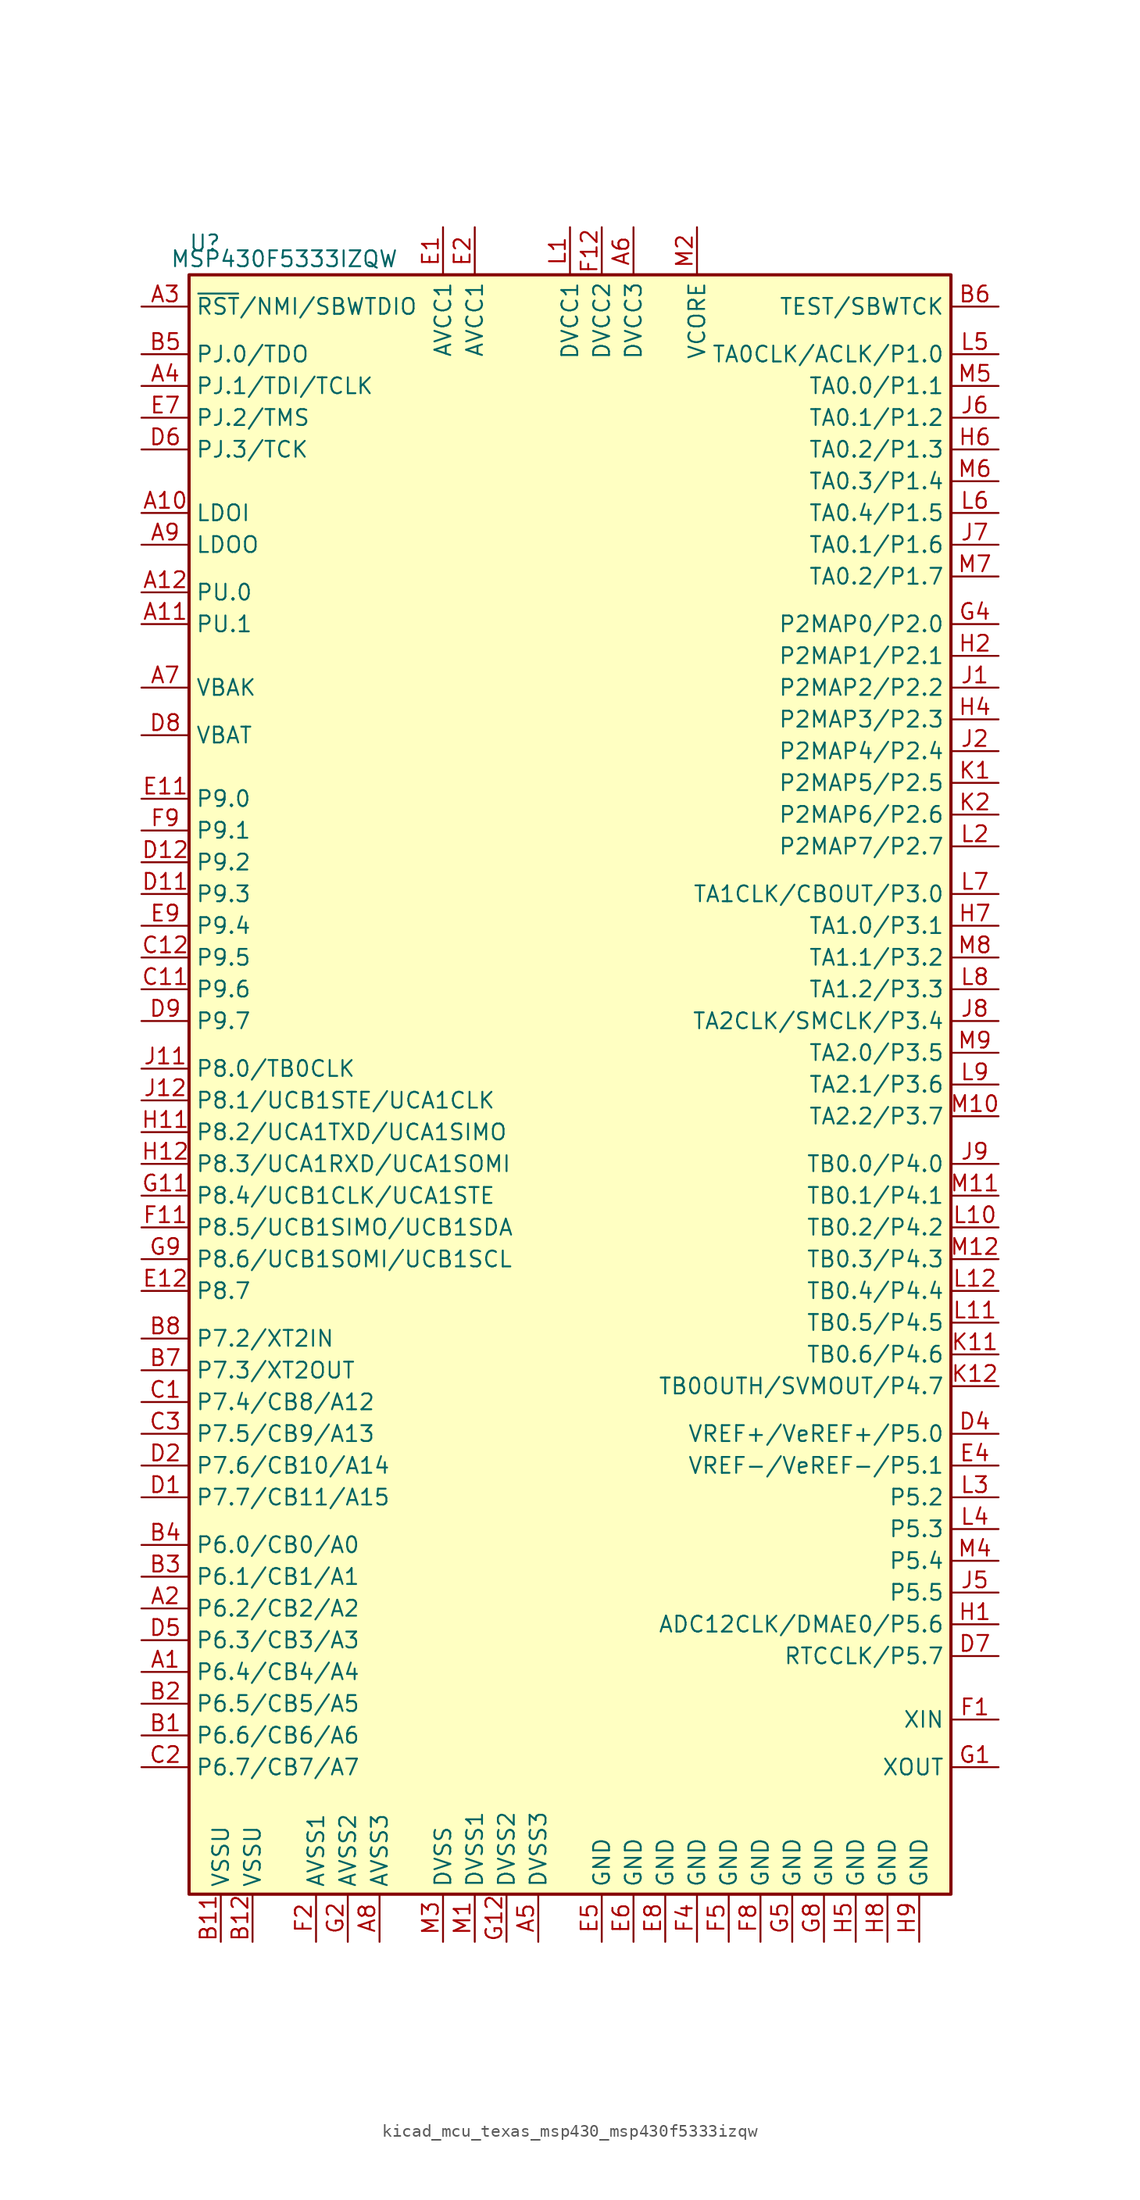
<source format=kicad_sym>
(kicad_symbol_lib
  (version 20220914)
  (generator kicad_symbol_editor)
  (symbol "kicad_mcu_texas_msp430_msp430f5333izqw"
    (property "Reference" "U"
      (at -29.21 67.31 0)
      (effects (font (size 1.27 1.27))))
    (property "Value" "MSP430F5333IZQW"
      (at -22.86 66.04 0)
      (effects (font (size 1.27 1.27))))
    (symbol "kicad_mcu_texas_msp430_msp430f5333izqw_0_1"
      (rectangle (start -30.48 64.77) (end 30.48 -64.77) (stroke (width 0.254) (type default)) (fill (type background))))
    (symbol "kicad_mcu_texas_msp430_msp430f5333izqw_1_1"
      (pin bidirectional line (at -34.29 -46.99 0) (length 3.81) (name "P6.4/CB4/A4" (effects (font (size 1.27 1.27)))) (number "A1" (effects (font (size 1.27 1.27)))))
      (pin bidirectional line (at -34.29 45.72 0) (length 3.81) (name "LDOI" (effects (font (size 1.27 1.27)))) (number "A10" (effects (font (size 1.27 1.27)))))
      (pin bidirectional line (at -34.29 36.83 0) (length 3.81) (name "PU.1" (effects (font (size 1.27 1.27)))) (number "A11" (effects (font (size 1.27 1.27)))))
      (pin bidirectional line (at -34.29 39.37 0) (length 3.81) (name "PU.0" (effects (font (size 1.27 1.27)))) (number "A12" (effects (font (size 1.27 1.27)))))
      (pin bidirectional line (at -34.29 -41.91 0) (length 3.81) (name "P6.2/CB2/A2" (effects (font (size 1.27 1.27)))) (number "A2" (effects (font (size 1.27 1.27)))))
      (pin input line (at -34.29 62.23 0) (length 3.81) (name "~{RST}/NMI/SBWTDIO" (effects (font (size 1.27 1.27)))) (number "A3" (effects (font (size 1.27 1.27)))))
      (pin bidirectional line (at -34.29 55.88 0) (length 3.81) (name "PJ.1/TDI/TCLK" (effects (font (size 1.27 1.27)))) (number "A4" (effects (font (size 1.27 1.27)))))
      (pin power_in line (at -2.54 -68.58 90) (length 3.81) (name "DVSS3" (effects (font (size 1.27 1.27)))) (number "A5" (effects (font (size 1.27 1.27)))))
      (pin power_in line (at 5.08 68.58 270) (length 3.81) (name "DVCC3" (effects (font (size 1.27 1.27)))) (number "A6" (effects (font (size 1.27 1.27)))))
      (pin bidirectional line (at -34.29 31.75 0) (length 3.81) (name "VBAK" (effects (font (size 1.27 1.27)))) (number "A7" (effects (font (size 1.27 1.27)))))
      (pin power_in line (at -15.24 -68.58 90) (length 3.81) (name "AVSS3" (effects (font (size 1.27 1.27)))) (number "A8" (effects (font (size 1.27 1.27)))))
      (pin bidirectional line (at -34.29 43.18 0) (length 3.81) (name "LDOO" (effects (font (size 1.27 1.27)))) (number "A9" (effects (font (size 1.27 1.27)))))
      (pin bidirectional line (at -34.29 -52.07 0) (length 3.81) (name "P6.6/CB6/A6" (effects (font (size 1.27 1.27)))) (number "B1" (effects (font (size 1.27 1.27)))))
      (pin power_in line (at -27.94 -68.58 90) (length 3.81) (name "VSSU" (effects (font (size 1.27 1.27)))) (number "B11" (effects (font (size 1.27 1.27)))))
      (pin power_in line (at -25.4 -68.58 90) (length 3.81) (name "VSSU" (effects (font (size 1.27 1.27)))) (number "B12" (effects (font (size 1.27 1.27)))))
      (pin bidirectional line (at -34.29 -49.53 0) (length 3.81) (name "P6.5/CB5/A5" (effects (font (size 1.27 1.27)))) (number "B2" (effects (font (size 1.27 1.27)))))
      (pin bidirectional line (at -34.29 -39.37 0) (length 3.81) (name "P6.1/CB1/A1" (effects (font (size 1.27 1.27)))) (number "B3" (effects (font (size 1.27 1.27)))))
      (pin bidirectional line (at -34.29 -36.83 0) (length 3.81) (name "P6.0/CB0/A0" (effects (font (size 1.27 1.27)))) (number "B4" (effects (font (size 1.27 1.27)))))
      (pin bidirectional line (at -34.29 58.42 0) (length 3.81) (name "PJ.0/TDO" (effects (font (size 1.27 1.27)))) (number "B5" (effects (font (size 1.27 1.27)))))
      (pin input line (at 34.29 62.23 180) (length 3.81) (name "TEST/SBWTCK" (effects (font (size 1.27 1.27)))) (number "B6" (effects (font (size 1.27 1.27)))))
      (pin bidirectional line (at -34.29 -22.86 0) (length 3.81) (name "P7.3/XT2OUT" (effects (font (size 1.27 1.27)))) (number "B7" (effects (font (size 1.27 1.27)))))
      (pin bidirectional line (at -34.29 -20.32 0) (length 3.81) (name "P7.2/XT2IN" (effects (font (size 1.27 1.27)))) (number "B8" (effects (font (size 1.27 1.27)))))
      (pin bidirectional line (at -34.29 -25.4 0) (length 3.81) (name "P7.4/CB8/A12" (effects (font (size 1.27 1.27)))) (number "C1" (effects (font (size 1.27 1.27)))))
      (pin bidirectional line (at -34.29 7.62 0) (length 3.81) (name "P9.6" (effects (font (size 1.27 1.27)))) (number "C11" (effects (font (size 1.27 1.27)))))
      (pin bidirectional line (at -34.29 10.16 0) (length 3.81) (name "P9.5" (effects (font (size 1.27 1.27)))) (number "C12" (effects (font (size 1.27 1.27)))))
      (pin bidirectional line (at -34.29 -54.61 0) (length 3.81) (name "P6.7/CB7/A7" (effects (font (size 1.27 1.27)))) (number "C2" (effects (font (size 1.27 1.27)))))
      (pin bidirectional line (at -34.29 -27.94 0) (length 3.81) (name "P7.5/CB9/A13" (effects (font (size 1.27 1.27)))) (number "C3" (effects (font (size 1.27 1.27)))))
      (pin bidirectional line (at -34.29 -33.02 0) (length 3.81) (name "P7.7/CB11/A15" (effects (font (size 1.27 1.27)))) (number "D1" (effects (font (size 1.27 1.27)))))
      (pin bidirectional line (at -34.29 15.24 0) (length 3.81) (name "P9.3" (effects (font (size 1.27 1.27)))) (number "D11" (effects (font (size 1.27 1.27)))))
      (pin bidirectional line (at -34.29 17.78 0) (length 3.81) (name "P9.2" (effects (font (size 1.27 1.27)))) (number "D12" (effects (font (size 1.27 1.27)))))
      (pin bidirectional line (at -34.29 -30.48 0) (length 3.81) (name "P7.6/CB10/A14" (effects (font (size 1.27 1.27)))) (number "D2" (effects (font (size 1.27 1.27)))))
      (pin bidirectional line (at 34.29 -27.94 180) (length 3.81) (name "VREF+/VeREF+/P5.0" (effects (font (size 1.27 1.27)))) (number "D4" (effects (font (size 1.27 1.27)))))
      (pin bidirectional line (at -34.29 -44.45 0) (length 3.81) (name "P6.3/CB3/A3" (effects (font (size 1.27 1.27)))) (number "D5" (effects (font (size 1.27 1.27)))))
      (pin bidirectional line (at -34.29 50.8 0) (length 3.81) (name "PJ.3/TCK" (effects (font (size 1.27 1.27)))) (number "D6" (effects (font (size 1.27 1.27)))))
      (pin bidirectional line (at 34.29 -45.72 180) (length 3.81) (name "RTCCLK/P5.7" (effects (font (size 1.27 1.27)))) (number "D7" (effects (font (size 1.27 1.27)))))
      (pin bidirectional line (at -34.29 27.94 0) (length 3.81) (name "VBAT" (effects (font (size 1.27 1.27)))) (number "D8" (effects (font (size 1.27 1.27)))))
      (pin bidirectional line (at -34.29 5.08 0) (length 3.81) (name "P9.7" (effects (font (size 1.27 1.27)))) (number "D9" (effects (font (size 1.27 1.27)))))
      (pin power_in line (at -10.16 68.58 270) (length 3.81) (name "AVCC1" (effects (font (size 1.27 1.27)))) (number "E1" (effects (font (size 1.27 1.27)))))
      (pin bidirectional line (at -34.29 22.86 0) (length 3.81) (name "P9.0" (effects (font (size 1.27 1.27)))) (number "E11" (effects (font (size 1.27 1.27)))))
      (pin bidirectional line (at -34.29 -16.51 0) (length 3.81) (name "P8.7" (effects (font (size 1.27 1.27)))) (number "E12" (effects (font (size 1.27 1.27)))))
      (pin power_in line (at -7.62 68.58 270) (length 3.81) (name "AVCC1" (effects (font (size 1.27 1.27)))) (number "E2" (effects (font (size 1.27 1.27)))))
      (pin bidirectional line (at 34.29 -30.48 180) (length 3.81) (name "VREF-/VeREF-/P5.1" (effects (font (size 1.27 1.27)))) (number "E4" (effects (font (size 1.27 1.27)))))
      (pin power_in line (at 2.54 -68.58 90) (length 3.81) (name "GND" (effects (font (size 1.27 1.27)))) (number "E5" (effects (font (size 1.27 1.27)))))
      (pin power_in line (at 5.08 -68.58 90) (length 3.81) (name "GND" (effects (font (size 1.27 1.27)))) (number "E6" (effects (font (size 1.27 1.27)))))
      (pin bidirectional line (at -34.29 53.34 0) (length 3.81) (name "PJ.2/TMS" (effects (font (size 1.27 1.27)))) (number "E7" (effects (font (size 1.27 1.27)))))
      (pin power_in line (at 7.62 -68.58 90) (length 3.81) (name "GND" (effects (font (size 1.27 1.27)))) (number "E8" (effects (font (size 1.27 1.27)))))
      (pin bidirectional line (at -34.29 12.7 0) (length 3.81) (name "P9.4" (effects (font (size 1.27 1.27)))) (number "E9" (effects (font (size 1.27 1.27)))))
      (pin bidirectional line (at 34.29 -50.8 180) (length 3.81) (name "XIN" (effects (font (size 1.27 1.27)))) (number "F1" (effects (font (size 1.27 1.27)))))
      (pin bidirectional line (at -34.29 -11.43 0) (length 3.81) (name "P8.5/UCB1SIMO/UCB1SDA" (effects (font (size 1.27 1.27)))) (number "F11" (effects (font (size 1.27 1.27)))))
      (pin power_in line (at 2.54 68.58 270) (length 3.81) (name "DVCC2" (effects (font (size 1.27 1.27)))) (number "F12" (effects (font (size 1.27 1.27)))))
      (pin power_in line (at -20.32 -68.58 90) (length 3.81) (name "AVSS1" (effects (font (size 1.27 1.27)))) (number "F2" (effects (font (size 1.27 1.27)))))
      (pin power_in line (at 10.16 -68.58 90) (length 3.81) (name "GND" (effects (font (size 1.27 1.27)))) (number "F4" (effects (font (size 1.27 1.27)))))
      (pin power_in line (at 12.7 -68.58 90) (length 3.81) (name "GND" (effects (font (size 1.27 1.27)))) (number "F5" (effects (font (size 1.27 1.27)))))
      (pin power_in line (at 15.24 -68.58 90) (length 3.81) (name "GND" (effects (font (size 1.27 1.27)))) (number "F8" (effects (font (size 1.27 1.27)))))
      (pin bidirectional line (at -34.29 20.32 0) (length 3.81) (name "P9.1" (effects (font (size 1.27 1.27)))) (number "F9" (effects (font (size 1.27 1.27)))))
      (pin bidirectional line (at 34.29 -54.61 180) (length 3.81) (name "XOUT" (effects (font (size 1.27 1.27)))) (number "G1" (effects (font (size 1.27 1.27)))))
      (pin bidirectional line (at -34.29 -8.89 0) (length 3.81) (name "P8.4/UCB1CLK/UCA1STE" (effects (font (size 1.27 1.27)))) (number "G11" (effects (font (size 1.27 1.27)))))
      (pin power_in line (at -5.08 -68.58 90) (length 3.81) (name "DVSS2" (effects (font (size 1.27 1.27)))) (number "G12" (effects (font (size 1.27 1.27)))))
      (pin power_in line (at -17.78 -68.58 90) (length 3.81) (name "AVSS2" (effects (font (size 1.27 1.27)))) (number "G2" (effects (font (size 1.27 1.27)))))
      (pin bidirectional line (at 34.29 36.83 180) (length 3.81) (name "P2MAP0/P2.0" (effects (font (size 1.27 1.27)))) (number "G4" (effects (font (size 1.27 1.27)))))
      (pin power_in line (at 17.78 -68.58 90) (length 3.81) (name "GND" (effects (font (size 1.27 1.27)))) (number "G5" (effects (font (size 1.27 1.27)))))
      (pin power_in line (at 20.32 -68.58 90) (length 3.81) (name "GND" (effects (font (size 1.27 1.27)))) (number "G8" (effects (font (size 1.27 1.27)))))
      (pin bidirectional line (at -34.29 -13.97 0) (length 3.81) (name "P8.6/UCB1SOMI/UCB1SCL" (effects (font (size 1.27 1.27)))) (number "G9" (effects (font (size 1.27 1.27)))))
      (pin bidirectional line (at 34.29 -43.18 180) (length 3.81) (name "ADC12CLK/DMAE0/P5.6" (effects (font (size 1.27 1.27)))) (number "H1" (effects (font (size 1.27 1.27)))))
      (pin bidirectional line (at -34.29 -3.81 0) (length 3.81) (name "P8.2/UCA1TXD/UCA1SIMO" (effects (font (size 1.27 1.27)))) (number "H11" (effects (font (size 1.27 1.27)))))
      (pin bidirectional line (at -34.29 -6.35 0) (length 3.81) (name "P8.3/UCA1RXD/UCA1SOMI" (effects (font (size 1.27 1.27)))) (number "H12" (effects (font (size 1.27 1.27)))))
      (pin bidirectional line (at 34.29 34.29 180) (length 3.81) (name "P2MAP1/P2.1" (effects (font (size 1.27 1.27)))) (number "H2" (effects (font (size 1.27 1.27)))))
      (pin bidirectional line (at 34.29 29.21 180) (length 3.81) (name "P2MAP3/P2.3" (effects (font (size 1.27 1.27)))) (number "H4" (effects (font (size 1.27 1.27)))))
      (pin power_in line (at 22.86 -68.58 90) (length 3.81) (name "GND" (effects (font (size 1.27 1.27)))) (number "H5" (effects (font (size 1.27 1.27)))))
      (pin bidirectional line (at 34.29 50.8 180) (length 3.81) (name "TA0.2/P1.3" (effects (font (size 1.27 1.27)))) (number "H6" (effects (font (size 1.27 1.27)))))
      (pin bidirectional line (at 34.29 12.7 180) (length 3.81) (name "TA1.0/P3.1" (effects (font (size 1.27 1.27)))) (number "H7" (effects (font (size 1.27 1.27)))))
      (pin power_in line (at 25.4 -68.58 90) (length 3.81) (name "GND" (effects (font (size 1.27 1.27)))) (number "H8" (effects (font (size 1.27 1.27)))))
      (pin power_in line (at 27.94 -68.58 90) (length 3.81) (name "GND" (effects (font (size 1.27 1.27)))) (number "H9" (effects (font (size 1.27 1.27)))))
      (pin bidirectional line (at 34.29 31.75 180) (length 3.81) (name "P2MAP2/P2.2" (effects (font (size 1.27 1.27)))) (number "J1" (effects (font (size 1.27 1.27)))))
      (pin bidirectional line (at -34.29 1.27 0) (length 3.81) (name "P8.0/TB0CLK" (effects (font (size 1.27 1.27)))) (number "J11" (effects (font (size 1.27 1.27)))))
      (pin bidirectional line (at -34.29 -1.27 0) (length 3.81) (name "P8.1/UCB1STE/UCA1CLK" (effects (font (size 1.27 1.27)))) (number "J12" (effects (font (size 1.27 1.27)))))
      (pin bidirectional line (at 34.29 26.67 180) (length 3.81) (name "P2MAP4/P2.4" (effects (font (size 1.27 1.27)))) (number "J2" (effects (font (size 1.27 1.27)))))
      (pin bidirectional line (at 34.29 -40.64 180) (length 3.81) (name "P5.5" (effects (font (size 1.27 1.27)))) (number "J5" (effects (font (size 1.27 1.27)))))
      (pin bidirectional line (at 34.29 53.34 180) (length 3.81) (name "TA0.1/P1.2" (effects (font (size 1.27 1.27)))) (number "J6" (effects (font (size 1.27 1.27)))))
      (pin bidirectional line (at 34.29 43.18 180) (length 3.81) (name "TA0.1/P1.6" (effects (font (size 1.27 1.27)))) (number "J7" (effects (font (size 1.27 1.27)))))
      (pin bidirectional line (at 34.29 5.08 180) (length 3.81) (name "TA2CLK/SMCLK/P3.4" (effects (font (size 1.27 1.27)))) (number "J8" (effects (font (size 1.27 1.27)))))
      (pin bidirectional line (at 34.29 -6.35 180) (length 3.81) (name "TB0.0/P4.0" (effects (font (size 1.27 1.27)))) (number "J9" (effects (font (size 1.27 1.27)))))
      (pin bidirectional line (at 34.29 24.13 180) (length 3.81) (name "P2MAP5/P2.5" (effects (font (size 1.27 1.27)))) (number "K1" (effects (font (size 1.27 1.27)))))
      (pin bidirectional line (at 34.29 -21.59 180) (length 3.81) (name "TB0.6/P4.6" (effects (font (size 1.27 1.27)))) (number "K11" (effects (font (size 1.27 1.27)))))
      (pin bidirectional line (at 34.29 -24.13 180) (length 3.81) (name "TB0OUTH/SVMOUT/P4.7" (effects (font (size 1.27 1.27)))) (number "K12" (effects (font (size 1.27 1.27)))))
      (pin bidirectional line (at 34.29 21.59 180) (length 3.81) (name "P2MAP6/P2.6" (effects (font (size 1.27 1.27)))) (number "K2" (effects (font (size 1.27 1.27)))))
      (pin power_in line (at 0 68.58 270) (length 3.81) (name "DVCC1" (effects (font (size 1.27 1.27)))) (number "L1" (effects (font (size 1.27 1.27)))))
      (pin bidirectional line (at 34.29 -11.43 180) (length 3.81) (name "TB0.2/P4.2" (effects (font (size 1.27 1.27)))) (number "L10" (effects (font (size 1.27 1.27)))))
      (pin bidirectional line (at 34.29 -19.05 180) (length 3.81) (name "TB0.5/P4.5" (effects (font (size 1.27 1.27)))) (number "L11" (effects (font (size 1.27 1.27)))))
      (pin bidirectional line (at 34.29 -16.51 180) (length 3.81) (name "TB0.4/P4.4" (effects (font (size 1.27 1.27)))) (number "L12" (effects (font (size 1.27 1.27)))))
      (pin bidirectional line (at 34.29 19.05 180) (length 3.81) (name "P2MAP7/P2.7" (effects (font (size 1.27 1.27)))) (number "L2" (effects (font (size 1.27 1.27)))))
      (pin bidirectional line (at 34.29 -33.02 180) (length 3.81) (name "P5.2" (effects (font (size 1.27 1.27)))) (number "L3" (effects (font (size 1.27 1.27)))))
      (pin bidirectional line (at 34.29 -35.56 180) (length 3.81) (name "P5.3" (effects (font (size 1.27 1.27)))) (number "L4" (effects (font (size 1.27 1.27)))))
      (pin bidirectional line (at 34.29 58.42 180) (length 3.81) (name "TA0CLK/ACLK/P1.0" (effects (font (size 1.27 1.27)))) (number "L5" (effects (font (size 1.27 1.27)))))
      (pin bidirectional line (at 34.29 45.72 180) (length 3.81) (name "TA0.4/P1.5" (effects (font (size 1.27 1.27)))) (number "L6" (effects (font (size 1.27 1.27)))))
      (pin bidirectional line (at 34.29 15.24 180) (length 3.81) (name "TA1CLK/CBOUT/P3.0" (effects (font (size 1.27 1.27)))) (number "L7" (effects (font (size 1.27 1.27)))))
      (pin bidirectional line (at 34.29 7.62 180) (length 3.81) (name "TA1.2/P3.3" (effects (font (size 1.27 1.27)))) (number "L8" (effects (font (size 1.27 1.27)))))
      (pin bidirectional line (at 34.29 0 180) (length 3.81) (name "TA2.1/P3.6" (effects (font (size 1.27 1.27)))) (number "L9" (effects (font (size 1.27 1.27)))))
      (pin power_in line (at -7.62 -68.58 90) (length 3.81) (name "DVSS1" (effects (font (size 1.27 1.27)))) (number "M1" (effects (font (size 1.27 1.27)))))
      (pin bidirectional line (at 34.29 -2.54 180) (length 3.81) (name "TA2.2/P3.7" (effects (font (size 1.27 1.27)))) (number "M10" (effects (font (size 1.27 1.27)))))
      (pin bidirectional line (at 34.29 -8.89 180) (length 3.81) (name "TB0.1/P4.1" (effects (font (size 1.27 1.27)))) (number "M11" (effects (font (size 1.27 1.27)))))
      (pin bidirectional line (at 34.29 -13.97 180) (length 3.81) (name "TB0.3/P4.3" (effects (font (size 1.27 1.27)))) (number "M12" (effects (font (size 1.27 1.27)))))
      (pin bidirectional line (at 10.16 68.58 270) (length 3.81) (name "VCORE" (effects (font (size 1.27 1.27)))) (number "M2" (effects (font (size 1.27 1.27)))))
      (pin power_in line (at -10.16 -68.58 90) (length 3.81) (name "DVSS" (effects (font (size 1.27 1.27)))) (number "M3" (effects (font (size 1.27 1.27)))))
      (pin bidirectional line (at 34.29 -38.1 180) (length 3.81) (name "P5.4" (effects (font (size 1.27 1.27)))) (number "M4" (effects (font (size 1.27 1.27)))))
      (pin bidirectional line (at 34.29 55.88 180) (length 3.81) (name "TA0.0/P1.1" (effects (font (size 1.27 1.27)))) (number "M5" (effects (font (size 1.27 1.27)))))
      (pin bidirectional line (at 34.29 48.26 180) (length 3.81) (name "TA0.3/P1.4" (effects (font (size 1.27 1.27)))) (number "M6" (effects (font (size 1.27 1.27)))))
      (pin bidirectional line (at 34.29 40.64 180) (length 3.81) (name "TA0.2/P1.7" (effects (font (size 1.27 1.27)))) (number "M7" (effects (font (size 1.27 1.27)))))
      (pin bidirectional line (at 34.29 10.16 180) (length 3.81) (name "TA1.1/P3.2" (effects (font (size 1.27 1.27)))) (number "M8" (effects (font (size 1.27 1.27)))))
      (pin bidirectional line (at 34.29 2.54 180) (length 3.81) (name "TA2.0/P3.5" (effects (font (size 1.27 1.27)))) (number "M9" (effects (font (size 1.27 1.27))))))))
</source>
